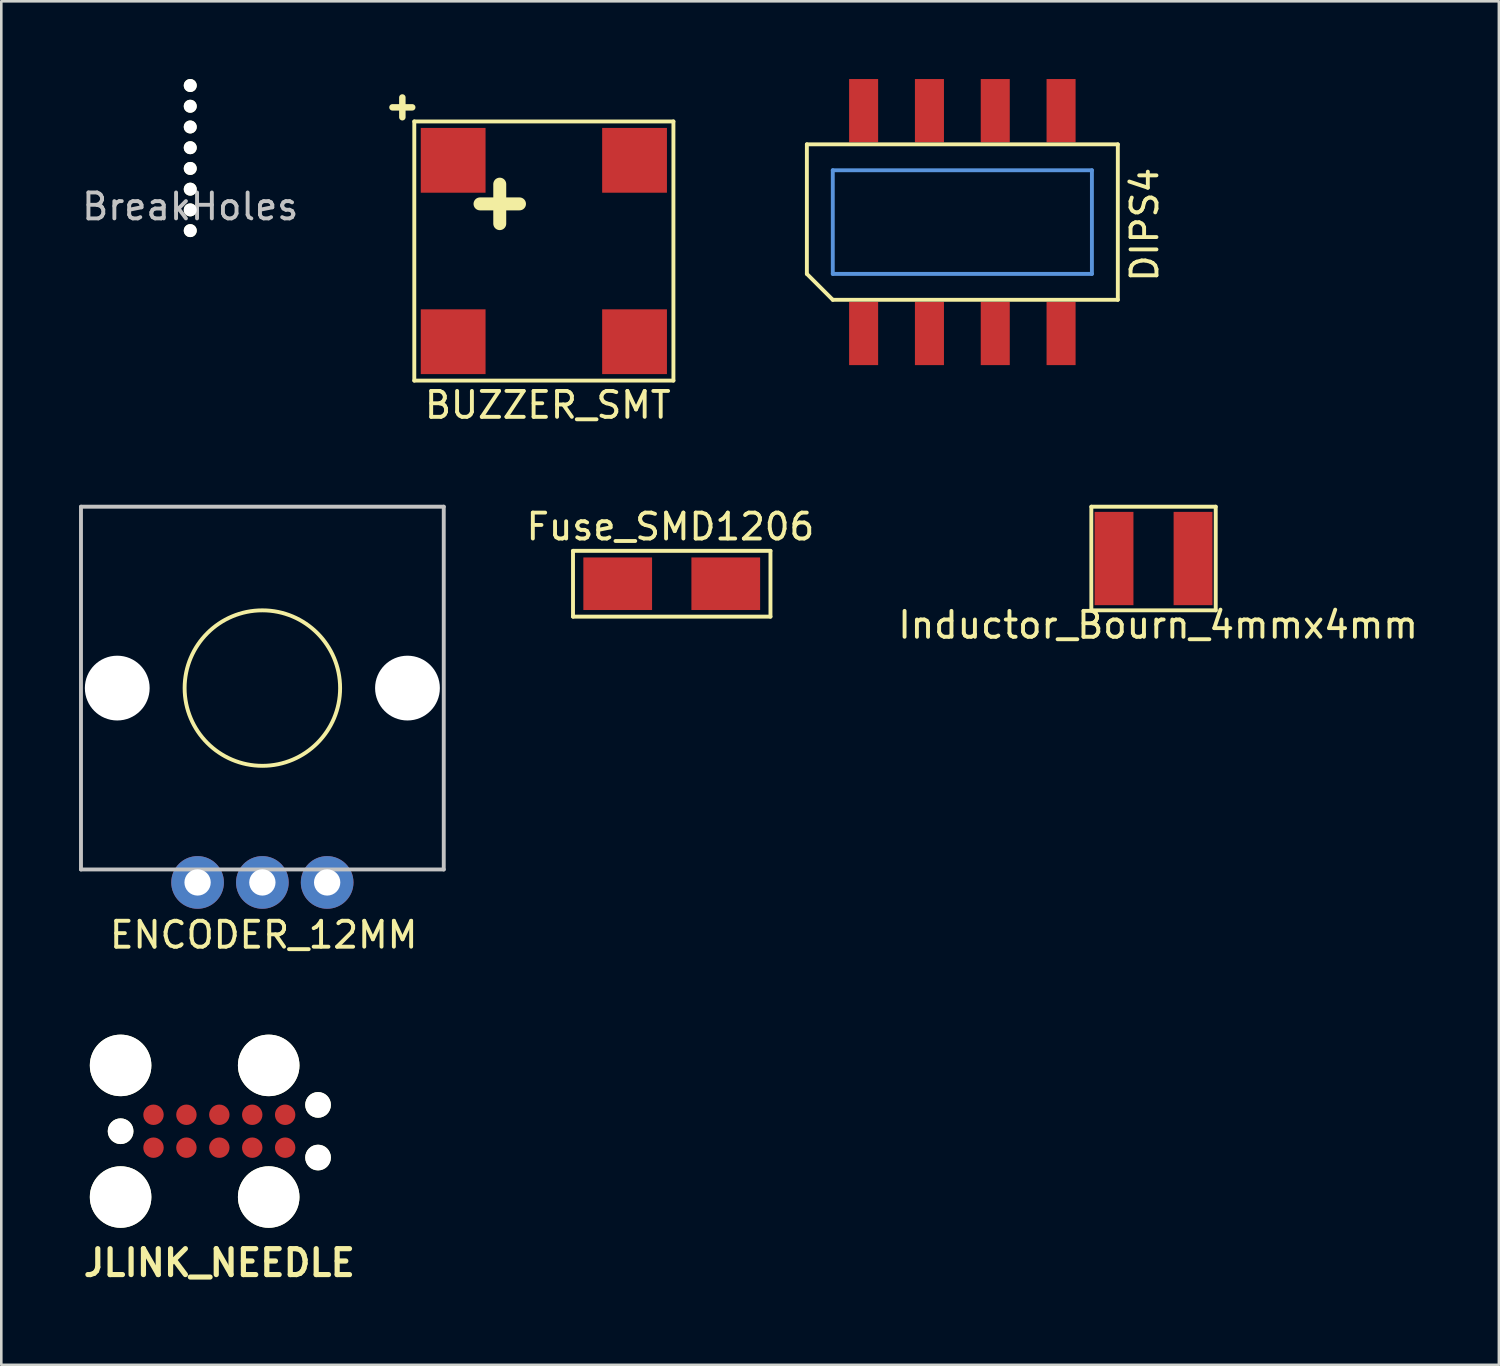
<source format=kicad_pcb>
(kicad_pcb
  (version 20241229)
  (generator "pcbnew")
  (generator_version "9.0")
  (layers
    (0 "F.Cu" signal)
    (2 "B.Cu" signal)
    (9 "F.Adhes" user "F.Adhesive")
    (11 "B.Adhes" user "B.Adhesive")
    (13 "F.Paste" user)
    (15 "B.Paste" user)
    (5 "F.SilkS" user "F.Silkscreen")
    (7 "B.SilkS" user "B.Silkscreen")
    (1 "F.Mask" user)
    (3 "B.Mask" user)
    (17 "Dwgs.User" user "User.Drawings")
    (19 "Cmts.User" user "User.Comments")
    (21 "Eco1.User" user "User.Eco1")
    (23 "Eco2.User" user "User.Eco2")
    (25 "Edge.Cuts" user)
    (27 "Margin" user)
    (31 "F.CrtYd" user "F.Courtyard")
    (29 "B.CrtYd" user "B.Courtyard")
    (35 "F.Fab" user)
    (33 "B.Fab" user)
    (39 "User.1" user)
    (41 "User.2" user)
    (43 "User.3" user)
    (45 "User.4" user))
  (footprint "Inductor_Bourn_4mmx4mm"
    (layer "F.Cu")
    (at 41.466 18.504)
    (property "Reference" "Inductor_Bourn_4mmx4mm" (at 0.178 2.565 0) (layer "F.SilkS") (effects (font (size 1 1) (thickness 0.15))))
    (attr through_hole)
    (fp_line (start -2.4 -2) (end 2.4 -2) (stroke (width 0.15) (type solid)) (layer "F.SilkS"))
    (fp_line (start -2.4 2) (end -2.4 -2) (stroke (width 0.15) (type solid)) (layer "F.SilkS"))
    (fp_line (start 2.4 -2) (end 2.4 2) (stroke (width 0.15) (type solid)) (layer "F.SilkS"))
    (fp_line (start 2.4 2) (end -2.4 2) (stroke (width 0.15) (type solid)) (layer "F.SilkS"))
    (pad "1" smd rect (at -1.525 0) (size 1.5 3.6) (layers "F.Cu" "F.Mask" "F.Paste"))
    (pad "2" smd rect (at 1.525 0) (size 1.5 3.6) (layers "F.Cu" "F.Mask" "F.Paste")))
  (footprint "DIPS4"
    (layer "F.Cu")
    (at 34.088 5.52)
    (property "Reference" "DIPS4" (at 7.036 0.102 90) (layer "F.SilkS") (effects (font (size 1 1) (thickness 0.15))))
    (attr through_hole)
    (fp_line (start -6 -3) (end 6 -3) (stroke (width 0.15) (type solid)) (layer "F.SilkS"))
    (fp_line (start -6 2) (end -6 -3) (stroke (width 0.15) (type solid)) (layer "F.SilkS"))
    (fp_line (start -6 2) (end -5 3) (stroke (width 0.15) (type solid)) (layer "F.SilkS"))
    (fp_line (start 6 -3) (end 6 3) (stroke (width 0.15) (type solid)) (layer "F.SilkS"))
    (fp_line (start 6 3) (end -5 3) (stroke (width 0.15) (type solid)) (layer "F.SilkS"))
    (fp_line (start -5 -2) (end -5 2) (stroke (width 0.15) (type solid)) (layer "Cmts.User"))
    (fp_line (start -5 2) (end 5 2) (stroke (width 0.15) (type solid)) (layer "Cmts.User"))
    (fp_line (start 5 -2) (end -5 -2) (stroke (width 0.15) (type solid)) (layer "Cmts.User"))
    (fp_line (start 5 2) (end 5 -2) (stroke (width 0.15) (type solid)) (layer "Cmts.User"))
    (fp_line (start -7 4) (end -7 -4) (stroke (width 0.15) (type solid)) (layer "Eco1.User"))
    (fp_line (start 7 -4) (end -7 -4) (stroke (width 0.15) (type solid)) (layer "Eco1.User"))
    (fp_line (start 7 4) (end -7 4) (stroke (width 0.15) (type solid)) (layer "Eco1.User"))
    (fp_line (start 7 4) (end 7 -4) (stroke (width 0.15) (type solid)) (layer "Eco1.User"))
    (pad "1" smd rect (at -3.81 4.3) (size 1.12 2.44) (layers "F.Cu" "F.Mask" "F.Paste"))
    (pad "2" smd rect (at -1.27 4.3) (size 1.12 2.44) (layers "F.Cu" "F.Mask" "F.Paste"))
    (pad "3" smd rect (at 1.27 4.3) (size 1.12 2.44) (layers "F.Cu" "F.Mask" "F.Paste"))
    (pad "4" smd rect (at 3.81 4.3) (size 1.12 2.44) (layers "F.Cu" "F.Mask" "F.Paste"))
    (pad "5" smd rect (at 3.81 -4.3) (size 1.12 2.44) (layers "F.Cu" "F.Mask" "F.Paste"))
    (pad "6" smd rect (at 1.27 -4.3) (size 1.12 2.44) (layers "F.Cu" "F.Mask" "F.Paste"))
    (pad "7" smd rect (at -1.27 -4.3) (size 1.12 2.44) (layers "F.Cu" "F.Mask" "F.Paste"))
    (pad "8" smd rect (at -3.81 -4.3) (size 1.12 2.44) (layers "F.Cu" "F.Mask" "F.Paste")))
  (footprint "JLINK_NEEDLE"
    (layer "F.Cu")
    (at 5.414 40.605)
    (property "Reference" "JLINK_NEEDLE" (at 0 5.08 0) (layer "F.SilkS") (effects (font (size 1 1) (thickness 0.2))))
    (attr through_hole)
    (pad "" np_thru_hole circle (at -3.81 -2.54) (size 2.375 2.375) (drill 2.375) (layers "*.Cu" "*.Mask" "F.SilkS"))
    (pad "" np_thru_hole circle (at -3.81 0) (size 0.991 0.991) (drill 0.991) (layers "*.Cu" "*.Mask" "F.SilkS"))
    (pad "" np_thru_hole circle (at -3.81 2.54) (size 2.375 2.375) (drill 2.375) (layers "*.Cu" "*.Mask" "F.SilkS"))
    (pad "" np_thru_hole circle (at 1.905 -2.54) (size 2.375 2.375) (drill 2.375) (layers "*.Cu" "*.Mask" "F.SilkS"))
    (pad "" np_thru_hole circle (at 1.905 2.54) (size 2.375 2.375) (drill 2.375) (layers "*.Cu" "*.Mask" "F.SilkS"))
    (pad "" np_thru_hole circle (at 3.81 -1.016) (size 0.991 0.991) (drill 0.991) (layers "*.Cu" "*.Mask" "F.SilkS"))
    (pad "" np_thru_hole circle (at 3.81 1.016) (size 0.991 0.991) (drill 0.991) (layers "*.Cu" "*.Mask" "F.SilkS"))
    (pad "1" smd circle (at -2.54 0.635) (size 0.787 0.787) (layers "F.Cu" "F.Mask"))
    (pad "2" smd circle (at -1.27 0.635) (size 0.787 0.787) (layers "F.Cu" "F.Mask"))
    (pad "3" smd circle (at 0 0.635) (size 0.787 0.787) (layers "F.Cu" "F.Mask"))
    (pad "4" smd circle (at 1.27 0.635) (size 0.787 0.787) (layers "F.Cu" "F.Mask"))
    (pad "5" smd circle (at 2.54 0.635) (size 0.787 0.787) (layers "F.Cu" "F.Mask"))
    (pad "6" smd circle (at 2.54 -0.635) (size 0.787 0.787) (layers "F.Cu" "F.Mask"))
    (pad "7" smd circle (at 1.27 -0.635) (size 0.787 0.787) (layers "F.Cu" "F.Mask"))
    (pad "8" smd circle (at 0 -0.635) (size 0.787 0.787) (layers "F.Cu" "F.Mask"))
    (pad "9" smd circle (at -1.27 -0.635) (size 0.787 0.787) (layers "F.Cu" "F.Mask"))
    (pad "10" smd circle (at -2.54 -0.635) (size 0.787 0.787) (layers "F.Cu" "F.Mask")))
  (footprint "Fuse_SMD1206"
    (layer "F.Cu")
    (at 22.873 19.477)
    (property "Reference" "Fuse_SMD1206" (at -0.051 -2.2 0) (layer "F.SilkS") (effects (font (size 1 1) (thickness 0.15))))
    (attr smd)
    (fp_line (start -3.81 -1.27) (end -3.81 1.27) (stroke (width 0.15) (type solid)) (layer "F.SilkS"))
    (fp_line (start -3.81 1.27) (end 3.81 1.27) (stroke (width 0.15) (type solid)) (layer "F.SilkS"))
    (fp_line (start 3.81 -1.27) (end -3.81 -1.27) (stroke (width 0.15) (type solid)) (layer "F.SilkS"))
    (fp_line (start 3.81 1.27) (end 3.81 -1.27) (stroke (width 0.15) (type solid)) (layer "F.SilkS"))
    (pad "1" smd rect (at -2.085 0 90) (size 2.029 2.652) (layers "F.Cu" "F.Mask" "F.Paste"))
    (pad "2" smd rect (at 2.085 0 90) (size 2.029 2.652) (layers "F.Cu" "F.Mask" "F.Paste")))
  (footprint "ENCODER_12MM"
    (layer "F.Cu")
    (at 7.075 23.504)
    (property "Reference" "ENCODER_12MM" (at 0.051 9.525 0) (layer "F.SilkS") (effects (font (size 1 1) (thickness 0.15))))
    (attr through_hole)
    (fp_circle (center 0 0) (end 3 0) (stroke (width 0.15) (type solid)) (fill no) (layer "F.SilkS"))
    (fp_line (start -7 -7) (end -7 7) (stroke (width 0.15) (type solid)) (layer "Dwgs.User"))
    (fp_line (start -7 7) (end 7 7) (stroke (width 0.15) (type solid)) (layer "Dwgs.User"))
    (fp_line (start 7 -7) (end -7 -7) (stroke (width 0.15) (type solid)) (layer "Dwgs.User"))
    (fp_line (start 7 7) (end 7 -7) (stroke (width 0.15) (type solid)) (layer "Dwgs.User"))
    (fp_line (start -4 6) (end -4 9) (stroke (width 0.15) (type solid)) (layer "Eco1.User"))
    (fp_line (start -4 9) (end 4 9) (stroke (width 0.15) (type solid)) (layer "Eco1.User"))
    (fp_line (start 4 6) (end -4 6) (stroke (width 0.15) (type solid)) (layer "Eco1.User"))
    (fp_line (start 4 9) (end 4 6) (stroke (width 0.15) (type solid)) (layer "Eco1.User"))
    (pad "" np_thru_hole circle (at -5.6 0) (size 2.5 2.5) (drill 2.5) (layers "*.Cu" "*.Mask"))
    (pad "" np_thru_hole circle (at 5.6 0) (size 2.5 2.5) (drill 2.5) (layers "*.Cu" "*.Mask"))
    (pad "1" thru_hole circle (at -2.5 7.5) (size 2.032 2.032) (drill 1.016) (layers "*.Cu" "*.Mask"))
    (pad "2" thru_hole circle (at 0 7.5) (size 2.032 2.032) (drill 1.016) (layers "*.Cu" "*.Mask"))
    (pad "3" thru_hole circle (at 2.5 7.5) (size 2.032 2.032) (drill 1.016) (layers "*.Cu" "*.Mask")))
  (footprint "BUZZER_SMT"
    (layer "F.Cu")
    (at 17.938 6.637)
    (property "Reference" "BUZZER_SMT" (at 0.152 5.944 0) (layer "F.SilkS") (effects (font (size 1 1) (thickness 0.15))))
    (attr through_hole)
    (fp_line (start -5 -5) (end -5 5) (stroke (width 0.15) (type solid)) (layer "F.SilkS"))
    (fp_line (start -5 5) (end 5 5) (stroke (width 0.15) (type solid)) (layer "F.SilkS"))
    (fp_line (start 5 -5) (end -5 -5) (stroke (width 0.15) (type solid)) (layer "F.SilkS"))
    (fp_line (start 5 5) (end 5 -5) (stroke (width 0.15) (type solid)) (layer "F.SilkS"))
    (fp_line (start -6 -6) (end -6 6) (stroke (width 0.15) (type solid)) (layer "Eco1.User"))
    (fp_line (start -6 6) (end 6 6) (stroke (width 0.15) (type solid)) (layer "Eco1.User"))
    (fp_line (start 6 -6) (end -6 -6) (stroke (width 0.15) (type solid)) (layer "Eco1.User"))
    (fp_line (start 6 6) (end 6 -6) (stroke (width 0.15) (type solid)) (layer "Eco1.User"))
    (fp_text user "+" (at -5.461 -5.613 0) (layer "F.SilkS") (effects (font (size 1 1) (thickness 0.25))))
    (fp_text user "+" (at -1.702 -1.956 0) (layer "F.SilkS") (effects (font (size 2 2) (thickness 0.5))))
    (pad "1" smd rect (at -3.5 -3.5) (size 2.5 2.5) (layers "F.Cu" "F.Mask" "F.Paste"))
    (pad "1" smd rect (at 3.5 -3.5) (size 2.5 2.5) (layers "F.Cu" "F.Mask" "F.Paste"))
    (pad "2" smd rect (at -3.5 3.5) (size 2.5 2.5) (layers "F.Cu" "F.Mask" "F.Paste"))
    (pad "2" smd rect (at 3.5 3.5) (size 2.5 2.5) (layers "F.Cu" "F.Mask" "F.Paste")))
  (footprint "BreakHoles"
    (layer "F.Cu")
    (at 4.292 3.45)
    (property "Reference" "BreakHoles" (at 0 1.473 0) (layer "Dwgs.User") (effects (font (size 1 1) (thickness 0.15))))
    (attr through_hole)
    (pad "" np_thru_hole circle (at 0 -3.2) (size 0.5 0.5) (drill 0.5) (layers "*.Cu" "*.Mask" "F.SilkS"))
    (pad "" np_thru_hole circle (at 0 -2.4) (size 0.5 0.5) (drill 0.5) (layers "*.Cu" "*.Mask" "F.SilkS"))
    (pad "" np_thru_hole circle (at 0 -1.6) (size 0.5 0.5) (drill 0.5) (layers "*.Cu" "*.Mask" "F.SilkS"))
    (pad "" np_thru_hole circle (at 0 -0.8) (size 0.5 0.5) (drill 0.5) (layers "*.Cu" "*.Mask" "F.SilkS"))
    (pad "" np_thru_hole circle (at 0 0) (size 0.5 0.5) (drill 0.5) (layers "*.Cu" "*.Mask" "F.SilkS"))
    (pad "" np_thru_hole circle (at 0 0.8) (size 0.5 0.5) (drill 0.5) (layers "*.Cu" "*.Mask" "F.SilkS"))
    (pad "" np_thru_hole circle (at 0 1.6) (size 0.5 0.5) (drill 0.5) (layers "*.Cu" "*.Mask" "F.SilkS"))
    (pad "" np_thru_hole circle (at 0 2.4) (size 0.5 0.5) (drill 0.5) (layers "*.Cu" "*.Mask" "F.SilkS")))
  (gr_rect
    (start -3 -3)
    (end 54.793 49.621)
    (stroke (width 0.1) (type default))
    (fill no)
    (layer "Edge.Cuts")))
</source>
